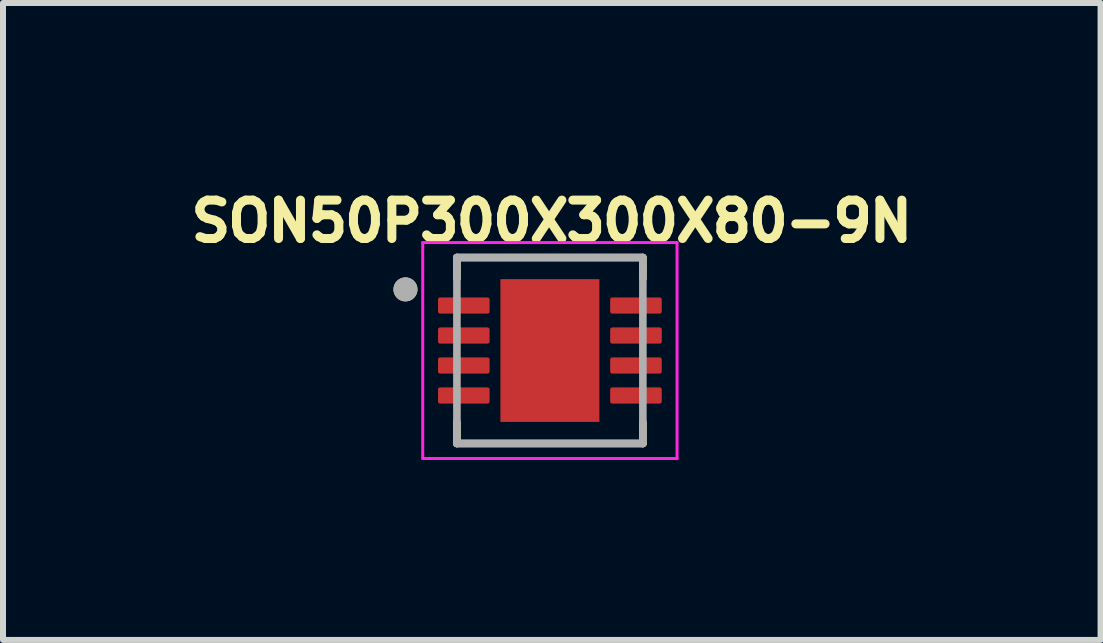
<source format=kicad_pcb>
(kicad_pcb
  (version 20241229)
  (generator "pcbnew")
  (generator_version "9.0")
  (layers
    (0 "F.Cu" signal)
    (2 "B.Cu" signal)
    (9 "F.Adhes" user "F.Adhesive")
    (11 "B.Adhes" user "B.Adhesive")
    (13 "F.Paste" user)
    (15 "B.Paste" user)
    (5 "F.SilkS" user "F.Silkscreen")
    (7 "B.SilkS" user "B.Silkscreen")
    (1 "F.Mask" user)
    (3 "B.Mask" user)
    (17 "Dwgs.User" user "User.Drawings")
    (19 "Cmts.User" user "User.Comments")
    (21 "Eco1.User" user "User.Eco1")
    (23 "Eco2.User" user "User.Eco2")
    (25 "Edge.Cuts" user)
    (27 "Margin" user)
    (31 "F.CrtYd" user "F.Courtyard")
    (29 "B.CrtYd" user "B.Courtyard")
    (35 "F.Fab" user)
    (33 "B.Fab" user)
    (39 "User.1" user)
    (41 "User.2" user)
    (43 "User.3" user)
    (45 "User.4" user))
  (footprint "SON50P300X300X80-9N"
    (layer "F.Cu")
    (at 6.118 2.794)
    (property "Reference" "SON50P300X300X80-9N" (at 0.032 -2.156 0) (layer "F.SilkS") (effects (font (size 0.64 0.64) (thickness 0.15))))
    (attr smd)
    (fp_line (start -1.55 -1.55) (end 1.55 -1.55) (stroke (width 0.127) (type solid)) (layer "F.SilkS"))
    (fp_line (start -1.55 -1.2) (end -1.55 -1.55) (stroke (width 0.127) (type solid)) (layer "F.SilkS"))
    (fp_line (start -1.55 1.2) (end -1.55 1.55) (stroke (width 0.127) (type solid)) (layer "F.SilkS"))
    (fp_line (start -1.55 1.55) (end 1.55 1.55) (stroke (width 0.127) (type solid)) (layer "F.SilkS"))
    (fp_line (start 1.55 -1.55) (end 1.55 -1.2) (stroke (width 0.127) (type solid)) (layer "F.SilkS"))
    (fp_line (start 1.55 1.55) (end 1.55 1.2) (stroke (width 0.127) (type solid)) (layer "F.SilkS"))
    (fp_circle (center -2.408 -1.019) (end -2.308 -1.019) (stroke (width 0.2) (type solid)) (fill no) (layer "F.SilkS"))
    (fp_poly (pts (xy -0.52 -0.755) (xy 0.52 -0.755) (xy 0.52 0.755) (xy -0.52 0.755)) (stroke (width 0.01) (type solid)) (fill yes) (layer "F.Paste"))
    (fp_line (start -2.12 -1.8) (end -2.12 1.8) (stroke (width 0.05) (type solid)) (layer "F.CrtYd"))
    (fp_line (start -2.12 1.8) (end 2.12 1.8) (stroke (width 0.05) (type solid)) (layer "F.CrtYd"))
    (fp_line (start 2.12 -1.8) (end -2.12 -1.8) (stroke (width 0.05) (type solid)) (layer "F.CrtYd"))
    (fp_line (start 2.12 1.8) (end 2.12 -1.8) (stroke (width 0.05) (type solid)) (layer "F.CrtYd"))
    (fp_line (start -1.55 -1.55) (end -1.55 1.55) (stroke (width 0.127) (type solid)) (layer "F.Fab"))
    (fp_line (start -1.55 1.55) (end 1.55 1.55) (stroke (width 0.127) (type solid)) (layer "F.Fab"))
    (fp_line (start 1.55 -1.55) (end -1.55 -1.55) (stroke (width 0.127) (type solid)) (layer "F.Fab"))
    (fp_line (start 1.55 1.55) (end 1.55 -1.55) (stroke (width 0.127) (type solid)) (layer "F.Fab"))
    (fp_circle (center -2.408 -1.019) (end -2.308 -1.019) (stroke (width 0.2) (type solid)) (fill no) (layer "F.Fab"))
    (pad "1" smd roundrect (at -1.435 -0.75) (size 0.86 0.27) (layers "F.Cu" "F.Mask" "F.Paste") (roundrect_rratio 0.125))
    (pad "2" smd roundrect (at -1.435 -0.25) (size 0.86 0.27) (layers "F.Cu" "F.Mask" "F.Paste") (roundrect_rratio 0.125))
    (pad "3" smd roundrect (at -1.435 0.25) (size 0.86 0.27) (layers "F.Cu" "F.Mask" "F.Paste") (roundrect_rratio 0.125))
    (pad "4" smd roundrect (at -1.435 0.75) (size 0.86 0.27) (layers "F.Cu" "F.Mask" "F.Paste") (roundrect_rratio 0.125))
    (pad "5" smd roundrect (at 1.435 0.75) (size 0.86 0.27) (layers "F.Cu" "F.Mask" "F.Paste") (roundrect_rratio 0.125))
    (pad "6" smd roundrect (at 1.435 0.25) (size 0.86 0.27) (layers "F.Cu" "F.Mask" "F.Paste") (roundrect_rratio 0.125))
    (pad "7" smd roundrect (at 1.435 -0.25) (size 0.86 0.27) (layers "F.Cu" "F.Mask" "F.Paste") (roundrect_rratio 0.125))
    (pad "8" smd roundrect (at 1.435 -0.75) (size 0.86 0.27) (layers "F.Cu" "F.Mask" "F.Paste") (roundrect_rratio 0.125))
    (pad "9" smd rect (at 0 0) (size 1.65 2.38) (layers "F.Cu" "F.Mask")))
  (gr_rect
    (start -3 -3)
    (end 15.299 7.619)
    (stroke (width 0.1) (type default))
    (fill no)
    (layer "Edge.Cuts")))
</source>
